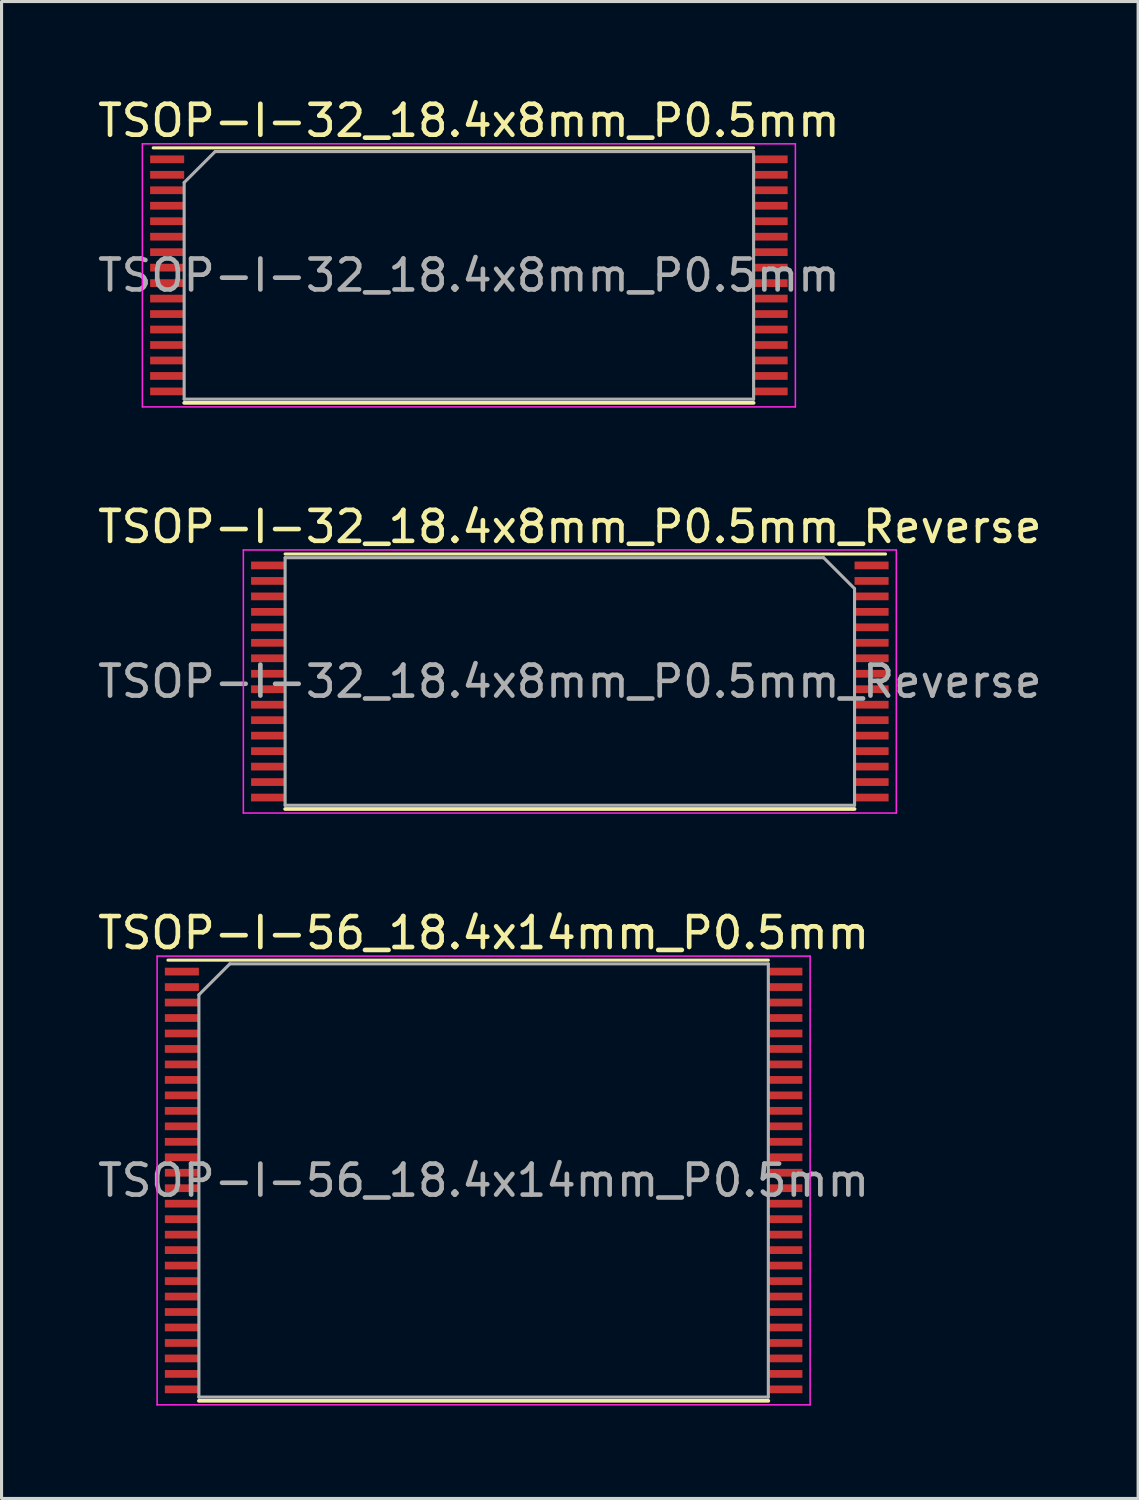
<source format=kicad_pcb>
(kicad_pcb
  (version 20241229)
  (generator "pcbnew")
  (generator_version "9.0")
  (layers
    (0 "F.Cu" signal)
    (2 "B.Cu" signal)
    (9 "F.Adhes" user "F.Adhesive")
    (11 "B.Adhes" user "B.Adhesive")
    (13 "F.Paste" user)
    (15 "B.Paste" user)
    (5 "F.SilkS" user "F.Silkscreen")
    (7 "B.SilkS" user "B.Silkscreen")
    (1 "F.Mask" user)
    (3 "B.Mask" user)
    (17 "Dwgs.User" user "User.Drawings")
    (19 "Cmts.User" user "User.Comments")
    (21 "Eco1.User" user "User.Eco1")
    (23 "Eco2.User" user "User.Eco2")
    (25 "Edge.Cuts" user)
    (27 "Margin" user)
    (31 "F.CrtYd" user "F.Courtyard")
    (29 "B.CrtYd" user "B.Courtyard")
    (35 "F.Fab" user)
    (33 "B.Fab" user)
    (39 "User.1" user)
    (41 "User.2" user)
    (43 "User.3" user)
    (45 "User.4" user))
  (footprint "TSOP-I-32_18.4x8mm_P0.5mm"
    (layer "F.Cu")
    (at 12.101 5.848)
    (property "Reference" "TSOP-I-32_18.4x8mm_P0.5mm" (at 0 -5 0) (layer "F.SilkS") (effects (font (size 1 1) (thickness 0.15))))
    (attr smd)
    (fp_line (start -9.2 4.12) (end 9.2 4.12) (stroke (width 0.12) (type solid)) (layer "F.SilkS"))
    (fp_line (start 9.2 -4.12) (end -10.2 -4.12) (stroke (width 0.1) (type solid)) (layer "F.SilkS"))
    (fp_line (start -10.55 -4.25) (end 10.55 -4.25) (stroke (width 0.05) (type solid)) (layer "F.CrtYd"))
    (fp_line (start -10.55 4.25) (end -10.55 -4.25) (stroke (width 0.05) (type solid)) (layer "F.CrtYd"))
    (fp_line (start 10.55 -4.25) (end 10.55 4.25) (stroke (width 0.05) (type solid)) (layer "F.CrtYd"))
    (fp_line (start 10.55 4.25) (end -10.55 4.25) (stroke (width 0.05) (type solid)) (layer "F.CrtYd"))
    (fp_line (start -9.2 4) (end -9.2 -3) (stroke (width 0.1) (type solid)) (layer "F.Fab"))
    (fp_line (start -8.2 -4) (end -9.2 -3) (stroke (width 0.1) (type solid)) (layer "F.Fab"))
    (fp_line (start -8.2 -4) (end 9.2 -4) (stroke (width 0.1) (type solid)) (layer "F.Fab"))
    (fp_line (start 9.2 -4) (end 9.2 4) (stroke (width 0.1) (type solid)) (layer "F.Fab"))
    (fp_line (start 9.2 4) (end -9.2 4) (stroke (width 0.1) (type solid)) (layer "F.Fab"))
    (fp_text user "${REFERENCE}" (at 0 0 0) (layer "F.Fab") (effects (font (size 1 1) (thickness 0.15))))
    (pad "1" smd rect (at -9.75 -3.75) (size 1.1 0.25) (layers "F.Cu" "F.Mask" "F.Paste"))
    (pad "2" smd rect (at -9.75 -3.25) (size 1.1 0.25) (layers "F.Cu" "F.Mask" "F.Paste"))
    (pad "3" smd rect (at -9.75 -2.75) (size 1.1 0.25) (layers "F.Cu" "F.Mask" "F.Paste"))
    (pad "4" smd rect (at -9.75 -2.25) (size 1.1 0.25) (layers "F.Cu" "F.Mask" "F.Paste"))
    (pad "5" smd rect (at -9.75 -1.75) (size 1.1 0.25) (layers "F.Cu" "F.Mask" "F.Paste"))
    (pad "6" smd rect (at -9.75 -1.25) (size 1.1 0.25) (layers "F.Cu" "F.Mask" "F.Paste"))
    (pad "7" smd rect (at -9.75 -0.75) (size 1.1 0.25) (layers "F.Cu" "F.Mask" "F.Paste"))
    (pad "8" smd rect (at -9.75 -0.25) (size 1.1 0.25) (layers "F.Cu" "F.Mask" "F.Paste"))
    (pad "9" smd rect (at -9.75 0.25) (size 1.1 0.25) (layers "F.Cu" "F.Mask" "F.Paste"))
    (pad "10" smd rect (at -9.75 0.75) (size 1.1 0.25) (layers "F.Cu" "F.Mask" "F.Paste"))
    (pad "11" smd rect (at -9.75 1.25) (size 1.1 0.25) (layers "F.Cu" "F.Mask" "F.Paste"))
    (pad "12" smd rect (at -9.75 1.75) (size 1.1 0.25) (layers "F.Cu" "F.Mask" "F.Paste"))
    (pad "13" smd rect (at -9.75 2.25) (size 1.1 0.25) (layers "F.Cu" "F.Mask" "F.Paste"))
    (pad "14" smd rect (at -9.75 2.75) (size 1.1 0.25) (layers "F.Cu" "F.Mask" "F.Paste"))
    (pad "15" smd rect (at -9.75 3.25) (size 1.1 0.25) (layers "F.Cu" "F.Mask" "F.Paste"))
    (pad "16" smd rect (at -9.75 3.75) (size 1.1 0.25) (layers "F.Cu" "F.Mask" "F.Paste"))
    (pad "17" smd rect (at 9.75 3.75) (size 1.1 0.25) (layers "F.Cu" "F.Mask" "F.Paste"))
    (pad "18" smd rect (at 9.75 3.25) (size 1.1 0.25) (layers "F.Cu" "F.Mask" "F.Paste"))
    (pad "19" smd rect (at 9.75 2.75) (size 1.1 0.25) (layers "F.Cu" "F.Mask" "F.Paste"))
    (pad "20" smd rect (at 9.75 2.25) (size 1.1 0.25) (layers "F.Cu" "F.Mask" "F.Paste"))
    (pad "21" smd rect (at 9.75 1.75) (size 1.1 0.25) (layers "F.Cu" "F.Mask" "F.Paste"))
    (pad "22" smd rect (at 9.75 1.25) (size 1.1 0.25) (layers "F.Cu" "F.Mask" "F.Paste"))
    (pad "23" smd rect (at 9.75 0.75) (size 1.1 0.25) (layers "F.Cu" "F.Mask" "F.Paste"))
    (pad "24" smd rect (at 9.75 0.25) (size 1.1 0.25) (layers "F.Cu" "F.Mask" "F.Paste"))
    (pad "25" smd rect (at 9.75 -0.25) (size 1.1 0.25) (layers "F.Cu" "F.Mask" "F.Paste"))
    (pad "26" smd rect (at 9.75 -0.75) (size 1.1 0.25) (layers "F.Cu" "F.Mask" "F.Paste"))
    (pad "27" smd rect (at 9.75 -1.25) (size 1.1 0.25) (layers "F.Cu" "F.Mask" "F.Paste"))
    (pad "28" smd rect (at 9.75 -1.75) (size 1.1 0.25) (layers "F.Cu" "F.Mask" "F.Paste"))
    (pad "29" smd rect (at 9.75 -2.25) (size 1.1 0.25) (layers "F.Cu" "F.Mask" "F.Paste"))
    (pad "30" smd rect (at 9.75 -2.75) (size 1.1 0.25) (layers "F.Cu" "F.Mask" "F.Paste"))
    (pad "31" smd rect (at 9.75 -3.25) (size 1.1 0.25) (layers "F.Cu" "F.Mask" "F.Paste"))
    (pad "32" smd rect (at 9.75 -3.75) (size 1.1 0.25) (layers "F.Cu" "F.Mask" "F.Paste")))
  (footprint "TSOP-I-32_18.4x8mm_P0.5mm_Reverse"
    (layer "F.Cu")
    (at 15.363 18.971)
    (property "Reference" "TSOP-I-32_18.4x8mm_P0.5mm_Reverse" (at 0 -5 0) (layer "F.SilkS") (effects (font (size 1 1) (thickness 0.15))))
    (attr smd)
    (fp_line (start -9.2 4.12) (end 9.2 4.12) (stroke (width 0.12) (type solid)) (layer "F.SilkS"))
    (fp_line (start 10.2 -4.12) (end -9.2 -4.12) (stroke (width 0.1) (type solid)) (layer "F.SilkS"))
    (fp_line (start -10.55 -4.25) (end 10.55 -4.25) (stroke (width 0.05) (type solid)) (layer "F.CrtYd"))
    (fp_line (start -10.55 4.25) (end -10.55 -4.25) (stroke (width 0.05) (type solid)) (layer "F.CrtYd"))
    (fp_line (start 10.55 -4.25) (end 10.55 4.25) (stroke (width 0.05) (type solid)) (layer "F.CrtYd"))
    (fp_line (start 10.55 4.25) (end -10.55 4.25) (stroke (width 0.05) (type solid)) (layer "F.CrtYd"))
    (fp_line (start -9.2 4) (end -9.2 -4) (stroke (width 0.1) (type solid)) (layer "F.Fab"))
    (fp_line (start 8.2 -4) (end -9.2 -4) (stroke (width 0.1) (type solid)) (layer "F.Fab"))
    (fp_line (start 8.2 -4) (end 9.2 -3) (stroke (width 0.1) (type solid)) (layer "F.Fab"))
    (fp_line (start 9.2 -3) (end 9.2 4) (stroke (width 0.1) (type solid)) (layer "F.Fab"))
    (fp_line (start 9.2 4) (end -9.2 4) (stroke (width 0.1) (type solid)) (layer "F.Fab"))
    (fp_text user "${REFERENCE}" (at 0 0 0) (layer "F.Fab") (effects (font (size 1 1) (thickness 0.15))))
    (pad "1" smd rect (at 9.75 -3.75) (size 1.1 0.25) (layers "F.Cu" "F.Mask" "F.Paste"))
    (pad "2" smd rect (at 9.75 -3.25) (size 1.1 0.25) (layers "F.Cu" "F.Mask" "F.Paste"))
    (pad "3" smd rect (at 9.75 -2.75) (size 1.1 0.25) (layers "F.Cu" "F.Mask" "F.Paste"))
    (pad "4" smd rect (at 9.75 -2.25) (size 1.1 0.25) (layers "F.Cu" "F.Mask" "F.Paste"))
    (pad "5" smd rect (at 9.75 -1.75) (size 1.1 0.25) (layers "F.Cu" "F.Mask" "F.Paste"))
    (pad "6" smd rect (at 9.75 -1.25) (size 1.1 0.25) (layers "F.Cu" "F.Mask" "F.Paste"))
    (pad "7" smd rect (at 9.75 -0.75) (size 1.1 0.25) (layers "F.Cu" "F.Mask" "F.Paste"))
    (pad "8" smd rect (at 9.75 -0.25) (size 1.1 0.25) (layers "F.Cu" "F.Mask" "F.Paste"))
    (pad "9" smd rect (at 9.75 0.25) (size 1.1 0.25) (layers "F.Cu" "F.Mask" "F.Paste"))
    (pad "10" smd rect (at 9.75 0.75) (size 1.1 0.25) (layers "F.Cu" "F.Mask" "F.Paste"))
    (pad "11" smd rect (at 9.75 1.25) (size 1.1 0.25) (layers "F.Cu" "F.Mask" "F.Paste"))
    (pad "12" smd rect (at 9.75 1.75) (size 1.1 0.25) (layers "F.Cu" "F.Mask" "F.Paste"))
    (pad "13" smd rect (at 9.75 2.25) (size 1.1 0.25) (layers "F.Cu" "F.Mask" "F.Paste"))
    (pad "14" smd rect (at 9.75 2.75) (size 1.1 0.25) (layers "F.Cu" "F.Mask" "F.Paste"))
    (pad "15" smd rect (at 9.75 3.25) (size 1.1 0.25) (layers "F.Cu" "F.Mask" "F.Paste"))
    (pad "16" smd rect (at 9.75 3.75) (size 1.1 0.25) (layers "F.Cu" "F.Mask" "F.Paste"))
    (pad "17" smd rect (at -9.75 3.75) (size 1.1 0.25) (layers "F.Cu" "F.Mask" "F.Paste"))
    (pad "18" smd rect (at -9.75 3.25) (size 1.1 0.25) (layers "F.Cu" "F.Mask" "F.Paste"))
    (pad "19" smd rect (at -9.75 2.75) (size 1.1 0.25) (layers "F.Cu" "F.Mask" "F.Paste"))
    (pad "20" smd rect (at -9.75 2.25) (size 1.1 0.25) (layers "F.Cu" "F.Mask" "F.Paste"))
    (pad "21" smd rect (at -9.75 1.75) (size 1.1 0.25) (layers "F.Cu" "F.Mask" "F.Paste"))
    (pad "22" smd rect (at -9.75 1.25) (size 1.1 0.25) (layers "F.Cu" "F.Mask" "F.Paste"))
    (pad "23" smd rect (at -9.75 0.75) (size 1.1 0.25) (layers "F.Cu" "F.Mask" "F.Paste"))
    (pad "24" smd rect (at -9.75 0.25) (size 1.1 0.25) (layers "F.Cu" "F.Mask" "F.Paste"))
    (pad "25" smd rect (at -9.75 -0.25) (size 1.1 0.25) (layers "F.Cu" "F.Mask" "F.Paste"))
    (pad "26" smd rect (at -9.75 -0.75) (size 1.1 0.25) (layers "F.Cu" "F.Mask" "F.Paste"))
    (pad "27" smd rect (at -9.75 -1.25) (size 1.1 0.25) (layers "F.Cu" "F.Mask" "F.Paste"))
    (pad "28" smd rect (at -9.75 -1.75) (size 1.1 0.25) (layers "F.Cu" "F.Mask" "F.Paste"))
    (pad "29" smd rect (at -9.75 -2.25) (size 1.1 0.25) (layers "F.Cu" "F.Mask" "F.Paste"))
    (pad "30" smd rect (at -9.75 -2.75) (size 1.1 0.25) (layers "F.Cu" "F.Mask" "F.Paste"))
    (pad "31" smd rect (at -9.75 -3.25) (size 1.1 0.25) (layers "F.Cu" "F.Mask" "F.Paste"))
    (pad "32" smd rect (at -9.75 -3.75) (size 1.1 0.25) (layers "F.Cu" "F.Mask" "F.Paste")))
  (footprint "TSOP-I-56_18.4x14mm_P0.5mm"
    (layer "F.Cu")
    (at 12.577 35.095)
    (property "Reference" "TSOP-I-56_18.4x14mm_P0.5mm" (at 0 -8 0) (layer "F.SilkS") (effects (font (size 1 1) (thickness 0.15))))
    (attr smd)
    (fp_line (start -9.2 7.12) (end 9.2 7.12) (stroke (width 0.12) (type solid)) (layer "F.SilkS"))
    (fp_line (start 9.2 -7.12) (end -10.2 -7.12) (stroke (width 0.1) (type solid)) (layer "F.SilkS"))
    (fp_line (start -10.55 -7.25) (end 10.55 -7.25) (stroke (width 0.05) (type solid)) (layer "F.CrtYd"))
    (fp_line (start -10.55 7.25) (end -10.55 -7.25) (stroke (width 0.05) (type solid)) (layer "F.CrtYd"))
    (fp_line (start 10.55 -7.25) (end 10.55 7.25) (stroke (width 0.05) (type solid)) (layer "F.CrtYd"))
    (fp_line (start 10.55 7.25) (end -10.55 7.25) (stroke (width 0.05) (type solid)) (layer "F.CrtYd"))
    (fp_line (start -9.2 7) (end -9.2 -6) (stroke (width 0.1) (type solid)) (layer "F.Fab"))
    (fp_line (start -8.2 -7) (end -9.2 -6) (stroke (width 0.1) (type solid)) (layer "F.Fab"))
    (fp_line (start -8.2 -7) (end 9.2 -7) (stroke (width 0.1) (type solid)) (layer "F.Fab"))
    (fp_line (start 9.2 -7) (end 9.2 7) (stroke (width 0.1) (type solid)) (layer "F.Fab"))
    (fp_line (start 9.2 7) (end -9.2 7) (stroke (width 0.1) (type solid)) (layer "F.Fab"))
    (fp_text user "${REFERENCE}" (at 0 0 0) (layer "F.Fab") (effects (font (size 1 1) (thickness 0.15))))
    (pad "1" smd rect (at -9.75 -6.75) (size 1.1 0.25) (layers "F.Cu" "F.Mask" "F.Paste"))
    (pad "2" smd rect (at -9.75 -6.25) (size 1.1 0.25) (layers "F.Cu" "F.Mask" "F.Paste"))
    (pad "3" smd rect (at -9.75 -5.75) (size 1.1 0.25) (layers "F.Cu" "F.Mask" "F.Paste"))
    (pad "4" smd rect (at -9.75 -5.25) (size 1.1 0.25) (layers "F.Cu" "F.Mask" "F.Paste"))
    (pad "5" smd rect (at -9.75 -4.75) (size 1.1 0.25) (layers "F.Cu" "F.Mask" "F.Paste"))
    (pad "6" smd rect (at -9.75 -4.25) (size 1.1 0.25) (layers "F.Cu" "F.Mask" "F.Paste"))
    (pad "7" smd rect (at -9.75 -3.75) (size 1.1 0.25) (layers "F.Cu" "F.Mask" "F.Paste"))
    (pad "8" smd rect (at -9.75 -3.25) (size 1.1 0.25) (layers "F.Cu" "F.Mask" "F.Paste"))
    (pad "9" smd rect (at -9.75 -2.75) (size 1.1 0.25) (layers "F.Cu" "F.Mask" "F.Paste"))
    (pad "10" smd rect (at -9.75 -2.25) (size 1.1 0.25) (layers "F.Cu" "F.Mask" "F.Paste"))
    (pad "11" smd rect (at -9.75 -1.75) (size 1.1 0.25) (layers "F.Cu" "F.Mask" "F.Paste"))
    (pad "12" smd rect (at -9.75 -1.25) (size 1.1 0.25) (layers "F.Cu" "F.Mask" "F.Paste"))
    (pad "13" smd rect (at -9.75 -0.75) (size 1.1 0.25) (layers "F.Cu" "F.Mask" "F.Paste"))
    (pad "14" smd rect (at -9.75 -0.25) (size 1.1 0.25) (layers "F.Cu" "F.Mask" "F.Paste"))
    (pad "15" smd rect (at -9.75 0.25) (size 1.1 0.25) (layers "F.Cu" "F.Mask" "F.Paste"))
    (pad "16" smd rect (at -9.75 0.75) (size 1.1 0.25) (layers "F.Cu" "F.Mask" "F.Paste"))
    (pad "17" smd rect (at -9.75 1.25) (size 1.1 0.25) (layers "F.Cu" "F.Mask" "F.Paste"))
    (pad "18" smd rect (at -9.75 1.75) (size 1.1 0.25) (layers "F.Cu" "F.Mask" "F.Paste"))
    (pad "19" smd rect (at -9.75 2.25) (size 1.1 0.25) (layers "F.Cu" "F.Mask" "F.Paste"))
    (pad "20" smd rect (at -9.75 2.75) (size 1.1 0.25) (layers "F.Cu" "F.Mask" "F.Paste"))
    (pad "21" smd rect (at -9.75 3.25) (size 1.1 0.25) (layers "F.Cu" "F.Mask" "F.Paste"))
    (pad "22" smd rect (at -9.75 3.75) (size 1.1 0.25) (layers "F.Cu" "F.Mask" "F.Paste"))
    (pad "23" smd rect (at -9.75 4.25) (size 1.1 0.25) (layers "F.Cu" "F.Mask" "F.Paste"))
    (pad "24" smd rect (at -9.75 4.75) (size 1.1 0.25) (layers "F.Cu" "F.Mask" "F.Paste"))
    (pad "25" smd rect (at -9.75 5.25) (size 1.1 0.25) (layers "F.Cu" "F.Mask" "F.Paste"))
    (pad "26" smd rect (at -9.75 5.75) (size 1.1 0.25) (layers "F.Cu" "F.Mask" "F.Paste"))
    (pad "27" smd rect (at -9.75 6.25) (size 1.1 0.25) (layers "F.Cu" "F.Mask" "F.Paste"))
    (pad "28" smd rect (at -9.75 6.75) (size 1.1 0.25) (layers "F.Cu" "F.Mask" "F.Paste"))
    (pad "29" smd rect (at 9.75 6.75) (size 1.1 0.25) (layers "F.Cu" "F.Mask" "F.Paste"))
    (pad "30" smd rect (at 9.75 6.25) (size 1.1 0.25) (layers "F.Cu" "F.Mask" "F.Paste"))
    (pad "31" smd rect (at 9.75 5.75) (size 1.1 0.25) (layers "F.Cu" "F.Mask" "F.Paste"))
    (pad "32" smd rect (at 9.75 5.25) (size 1.1 0.25) (layers "F.Cu" "F.Mask" "F.Paste"))
    (pad "33" smd rect (at 9.75 4.75) (size 1.1 0.25) (layers "F.Cu" "F.Mask" "F.Paste"))
    (pad "34" smd rect (at 9.75 4.25) (size 1.1 0.25) (layers "F.Cu" "F.Mask" "F.Paste"))
    (pad "35" smd rect (at 9.75 3.75) (size 1.1 0.25) (layers "F.Cu" "F.Mask" "F.Paste"))
    (pad "36" smd rect (at 9.75 3.25) (size 1.1 0.25) (layers "F.Cu" "F.Mask" "F.Paste"))
    (pad "37" smd rect (at 9.75 2.75) (size 1.1 0.25) (layers "F.Cu" "F.Mask" "F.Paste"))
    (pad "38" smd rect (at 9.75 2.25) (size 1.1 0.25) (layers "F.Cu" "F.Mask" "F.Paste"))
    (pad "39" smd rect (at 9.75 1.75) (size 1.1 0.25) (layers "F.Cu" "F.Mask" "F.Paste"))
    (pad "40" smd rect (at 9.75 1.25) (size 1.1 0.25) (layers "F.Cu" "F.Mask" "F.Paste"))
    (pad "41" smd rect (at 9.75 0.75) (size 1.1 0.25) (layers "F.Cu" "F.Mask" "F.Paste"))
    (pad "42" smd rect (at 9.75 0.25) (size 1.1 0.25) (layers "F.Cu" "F.Mask" "F.Paste"))
    (pad "43" smd rect (at 9.75 -0.25) (size 1.1 0.25) (layers "F.Cu" "F.Mask" "F.Paste"))
    (pad "44" smd rect (at 9.75 -0.75) (size 1.1 0.25) (layers "F.Cu" "F.Mask" "F.Paste"))
    (pad "45" smd rect (at 9.75 -1.25) (size 1.1 0.25) (layers "F.Cu" "F.Mask" "F.Paste"))
    (pad "46" smd rect (at 9.75 -1.75) (size 1.1 0.25) (layers "F.Cu" "F.Mask" "F.Paste"))
    (pad "47" smd rect (at 9.75 -2.25) (size 1.1 0.25) (layers "F.Cu" "F.Mask" "F.Paste"))
    (pad "48" smd rect (at 9.75 -2.75) (size 1.1 0.25) (layers "F.Cu" "F.Mask" "F.Paste"))
    (pad "49" smd rect (at 9.75 -3.25) (size 1.1 0.25) (layers "F.Cu" "F.Mask" "F.Paste"))
    (pad "50" smd rect (at 9.75 -3.75) (size 1.1 0.25) (layers "F.Cu" "F.Mask" "F.Paste"))
    (pad "51" smd rect (at 9.75 -4.25) (size 1.1 0.25) (layers "F.Cu" "F.Mask" "F.Paste"))
    (pad "52" smd rect (at 9.75 -4.75) (size 1.1 0.25) (layers "F.Cu" "F.Mask" "F.Paste"))
    (pad "53" smd rect (at 9.75 -5.25) (size 1.1 0.25) (layers "F.Cu" "F.Mask" "F.Paste"))
    (pad "54" smd rect (at 9.75 -5.75) (size 1.1 0.25) (layers "F.Cu" "F.Mask" "F.Paste"))
    (pad "55" smd rect (at 9.75 -6.25) (size 1.1 0.25) (layers "F.Cu" "F.Mask" "F.Paste"))
    (pad "56" smd rect (at 9.75 -6.75) (size 1.1 0.25) (layers "F.Cu" "F.Mask" "F.Paste")))
  (gr_rect
    (start -3 -3)
    (end 33.726 45.37)
    (stroke (width 0.1) (type default))
    (fill no)
    (layer "Edge.Cuts")))
</source>
